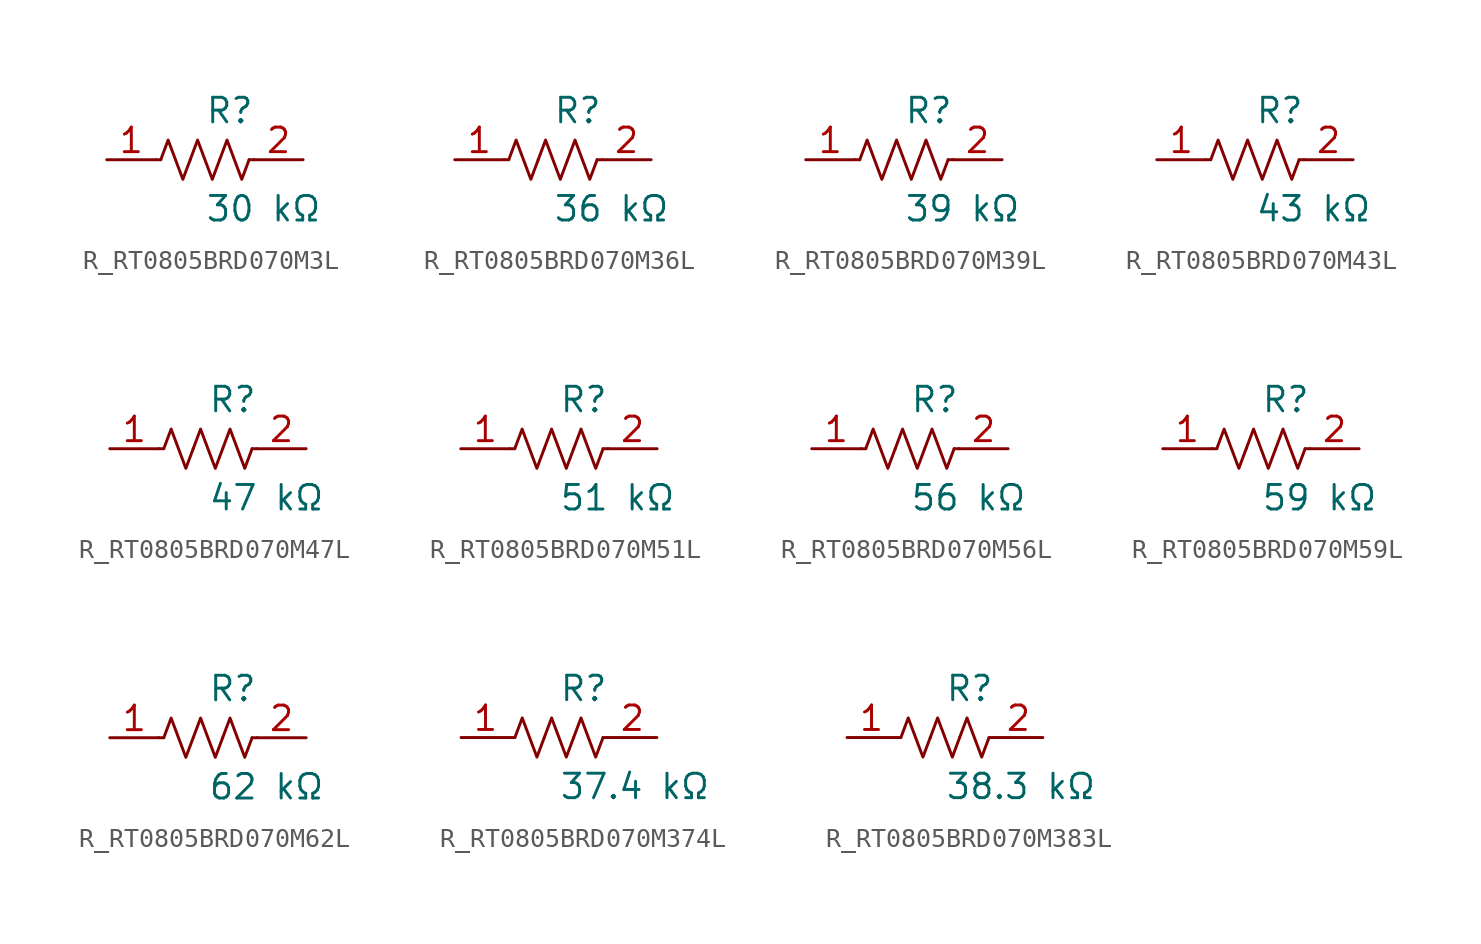
<source format=kicad_sym>
(kicad_symbol_lib
  (version 20231120)
  (generator kicad_symbol_editor)
  (generator_version 8.0)
  (symbol "R_RT0805BRD070M3L"
    (pin_names
      (offset 0.254))
    (property "Reference" "R"
      (at 0.0 2.54 0)
      (effects (font (size 1.27 1.27)) (justify left)))
    (property "Value" "30 kΩ"
      (at 0.0 -2.54 0)
      (effects (font (size 1.27 1.27)) (justify left)))
    (symbol "R_RT0805BRD070M3L_0_1"
      (polyline (pts (xy 2.286 0) (xy 2.54 0)) (stroke (width 0) (type default)) (fill (type none)))
      (polyline (pts (xy -2.286 0) (xy -2.54 0)) (stroke (width 0) (type default)) (fill (type none)))
      (polyline (pts (xy 0.762 0) (xy 1.143 1.016) (xy 1.524 0) (xy 1.905 -1.016) (xy 2.286 0)) (stroke (width 0) (type default)) (fill (type none)))
      (polyline (pts (xy -0.762 0) (xy -0.381 1.016) (xy 0 0) (xy 0.381 -1.016) (xy 0.762 0)) (stroke (width 0) (type default)) (fill (type none)))
      (polyline (pts (xy -2.286 0) (xy -1.905 1.016) (xy -1.524 0) (xy -1.143 -1.016) (xy -0.762 0)) (stroke (width 0) (type default)) (fill (type none))))
    (pin unspecified line
      (at -5.08 0 0)
      (length 2.54)
      (name "" (effects (font (size 1.27 1.27))))
      (number "1" (effects (font (size 1.27 1.27)))))
    (pin unspecified line
      (at 5.08 0 180)
      (length 2.54)
      (name "" (effects (font (size 1.27 1.27))))
      (number "2" (effects (font (size 1.27 1.27))))))
  (symbol "R_RT0805BRD070M36L"
    (pin_names
      (offset 0.254))
    (property "Reference" "R"
      (at 0.0 2.54 0)
      (effects (font (size 1.27 1.27)) (justify left)))
    (property "Value" "36 kΩ"
      (at 0.0 -2.54 0)
      (effects (font (size 1.27 1.27)) (justify left)))
    (symbol "R_RT0805BRD070M36L_0_1"
      (polyline (pts (xy 2.286 0) (xy 2.54 0)) (stroke (width 0) (type default)) (fill (type none)))
      (polyline (pts (xy -2.286 0) (xy -2.54 0)) (stroke (width 0) (type default)) (fill (type none)))
      (polyline (pts (xy 0.762 0) (xy 1.143 1.016) (xy 1.524 0) (xy 1.905 -1.016) (xy 2.286 0)) (stroke (width 0) (type default)) (fill (type none)))
      (polyline (pts (xy -0.762 0) (xy -0.381 1.016) (xy 0 0) (xy 0.381 -1.016) (xy 0.762 0)) (stroke (width 0) (type default)) (fill (type none)))
      (polyline (pts (xy -2.286 0) (xy -1.905 1.016) (xy -1.524 0) (xy -1.143 -1.016) (xy -0.762 0)) (stroke (width 0) (type default)) (fill (type none))))
    (pin unspecified line
      (at -5.08 0 0)
      (length 2.54)
      (name "" (effects (font (size 1.27 1.27))))
      (number "1" (effects (font (size 1.27 1.27)))))
    (pin unspecified line
      (at 5.08 0 180)
      (length 2.54)
      (name "" (effects (font (size 1.27 1.27))))
      (number "2" (effects (font (size 1.27 1.27))))))
  (symbol "R_RT0805BRD070M39L"
    (pin_names
      (offset 0.254))
    (property "Reference" "R"
      (at 0.0 2.54 0)
      (effects (font (size 1.27 1.27)) (justify left)))
    (property "Value" "39 kΩ"
      (at 0.0 -2.54 0)
      (effects (font (size 1.27 1.27)) (justify left)))
    (symbol "R_RT0805BRD070M39L_0_1"
      (polyline (pts (xy 2.286 0) (xy 2.54 0)) (stroke (width 0) (type default)) (fill (type none)))
      (polyline (pts (xy -2.286 0) (xy -2.54 0)) (stroke (width 0) (type default)) (fill (type none)))
      (polyline (pts (xy 0.762 0) (xy 1.143 1.016) (xy 1.524 0) (xy 1.905 -1.016) (xy 2.286 0)) (stroke (width 0) (type default)) (fill (type none)))
      (polyline (pts (xy -0.762 0) (xy -0.381 1.016) (xy 0 0) (xy 0.381 -1.016) (xy 0.762 0)) (stroke (width 0) (type default)) (fill (type none)))
      (polyline (pts (xy -2.286 0) (xy -1.905 1.016) (xy -1.524 0) (xy -1.143 -1.016) (xy -0.762 0)) (stroke (width 0) (type default)) (fill (type none))))
    (pin unspecified line
      (at -5.08 0 0)
      (length 2.54)
      (name "" (effects (font (size 1.27 1.27))))
      (number "1" (effects (font (size 1.27 1.27)))))
    (pin unspecified line
      (at 5.08 0 180)
      (length 2.54)
      (name "" (effects (font (size 1.27 1.27))))
      (number "2" (effects (font (size 1.27 1.27))))))
  (symbol "R_RT0805BRD070M43L"
    (pin_names
      (offset 0.254))
    (property "Reference" "R"
      (at 0.0 2.54 0)
      (effects (font (size 1.27 1.27)) (justify left)))
    (property "Value" "43 kΩ"
      (at 0.0 -2.54 0)
      (effects (font (size 1.27 1.27)) (justify left)))
    (symbol "R_RT0805BRD070M43L_0_1"
      (polyline (pts (xy 2.286 0) (xy 2.54 0)) (stroke (width 0) (type default)) (fill (type none)))
      (polyline (pts (xy -2.286 0) (xy -2.54 0)) (stroke (width 0) (type default)) (fill (type none)))
      (polyline (pts (xy 0.762 0) (xy 1.143 1.016) (xy 1.524 0) (xy 1.905 -1.016) (xy 2.286 0)) (stroke (width 0) (type default)) (fill (type none)))
      (polyline (pts (xy -0.762 0) (xy -0.381 1.016) (xy 0 0) (xy 0.381 -1.016) (xy 0.762 0)) (stroke (width 0) (type default)) (fill (type none)))
      (polyline (pts (xy -2.286 0) (xy -1.905 1.016) (xy -1.524 0) (xy -1.143 -1.016) (xy -0.762 0)) (stroke (width 0) (type default)) (fill (type none))))
    (pin unspecified line
      (at -5.08 0 0)
      (length 2.54)
      (name "" (effects (font (size 1.27 1.27))))
      (number "1" (effects (font (size 1.27 1.27)))))
    (pin unspecified line
      (at 5.08 0 180)
      (length 2.54)
      (name "" (effects (font (size 1.27 1.27))))
      (number "2" (effects (font (size 1.27 1.27))))))
  (symbol "R_RT0805BRD070M47L"
    (pin_names
      (offset 0.254))
    (property "Reference" "R"
      (at 0.0 2.54 0)
      (effects (font (size 1.27 1.27)) (justify left)))
    (property "Value" "47 kΩ"
      (at 0.0 -2.54 0)
      (effects (font (size 1.27 1.27)) (justify left)))
    (symbol "R_RT0805BRD070M47L_0_1"
      (polyline (pts (xy 2.286 0) (xy 2.54 0)) (stroke (width 0) (type default)) (fill (type none)))
      (polyline (pts (xy -2.286 0) (xy -2.54 0)) (stroke (width 0) (type default)) (fill (type none)))
      (polyline (pts (xy 0.762 0) (xy 1.143 1.016) (xy 1.524 0) (xy 1.905 -1.016) (xy 2.286 0)) (stroke (width 0) (type default)) (fill (type none)))
      (polyline (pts (xy -0.762 0) (xy -0.381 1.016) (xy 0 0) (xy 0.381 -1.016) (xy 0.762 0)) (stroke (width 0) (type default)) (fill (type none)))
      (polyline (pts (xy -2.286 0) (xy -1.905 1.016) (xy -1.524 0) (xy -1.143 -1.016) (xy -0.762 0)) (stroke (width 0) (type default)) (fill (type none))))
    (pin unspecified line
      (at -5.08 0 0)
      (length 2.54)
      (name "" (effects (font (size 1.27 1.27))))
      (number "1" (effects (font (size 1.27 1.27)))))
    (pin unspecified line
      (at 5.08 0 180)
      (length 2.54)
      (name "" (effects (font (size 1.27 1.27))))
      (number "2" (effects (font (size 1.27 1.27))))))
  (symbol "R_RT0805BRD070M51L"
    (pin_names
      (offset 0.254))
    (property "Reference" "R"
      (at 0.0 2.54 0)
      (effects (font (size 1.27 1.27)) (justify left)))
    (property "Value" "51 kΩ"
      (at 0.0 -2.54 0)
      (effects (font (size 1.27 1.27)) (justify left)))
    (symbol "R_RT0805BRD070M51L_0_1"
      (polyline (pts (xy 2.286 0) (xy 2.54 0)) (stroke (width 0) (type default)) (fill (type none)))
      (polyline (pts (xy -2.286 0) (xy -2.54 0)) (stroke (width 0) (type default)) (fill (type none)))
      (polyline (pts (xy 0.762 0) (xy 1.143 1.016) (xy 1.524 0) (xy 1.905 -1.016) (xy 2.286 0)) (stroke (width 0) (type default)) (fill (type none)))
      (polyline (pts (xy -0.762 0) (xy -0.381 1.016) (xy 0 0) (xy 0.381 -1.016) (xy 0.762 0)) (stroke (width 0) (type default)) (fill (type none)))
      (polyline (pts (xy -2.286 0) (xy -1.905 1.016) (xy -1.524 0) (xy -1.143 -1.016) (xy -0.762 0)) (stroke (width 0) (type default)) (fill (type none))))
    (pin unspecified line
      (at -5.08 0 0)
      (length 2.54)
      (name "" (effects (font (size 1.27 1.27))))
      (number "1" (effects (font (size 1.27 1.27)))))
    (pin unspecified line
      (at 5.08 0 180)
      (length 2.54)
      (name "" (effects (font (size 1.27 1.27))))
      (number "2" (effects (font (size 1.27 1.27))))))
  (symbol "R_RT0805BRD070M56L"
    (pin_names
      (offset 0.254))
    (property "Reference" "R"
      (at 0.0 2.54 0)
      (effects (font (size 1.27 1.27)) (justify left)))
    (property "Value" "56 kΩ"
      (at 0.0 -2.54 0)
      (effects (font (size 1.27 1.27)) (justify left)))
    (symbol "R_RT0805BRD070M56L_0_1"
      (polyline (pts (xy 2.286 0) (xy 2.54 0)) (stroke (width 0) (type default)) (fill (type none)))
      (polyline (pts (xy -2.286 0) (xy -2.54 0)) (stroke (width 0) (type default)) (fill (type none)))
      (polyline (pts (xy 0.762 0) (xy 1.143 1.016) (xy 1.524 0) (xy 1.905 -1.016) (xy 2.286 0)) (stroke (width 0) (type default)) (fill (type none)))
      (polyline (pts (xy -0.762 0) (xy -0.381 1.016) (xy 0 0) (xy 0.381 -1.016) (xy 0.762 0)) (stroke (width 0) (type default)) (fill (type none)))
      (polyline (pts (xy -2.286 0) (xy -1.905 1.016) (xy -1.524 0) (xy -1.143 -1.016) (xy -0.762 0)) (stroke (width 0) (type default)) (fill (type none))))
    (pin unspecified line
      (at -5.08 0 0)
      (length 2.54)
      (name "" (effects (font (size 1.27 1.27))))
      (number "1" (effects (font (size 1.27 1.27)))))
    (pin unspecified line
      (at 5.08 0 180)
      (length 2.54)
      (name "" (effects (font (size 1.27 1.27))))
      (number "2" (effects (font (size 1.27 1.27))))))
  (symbol "R_RT0805BRD070M59L"
    (pin_names
      (offset 0.254))
    (property "Reference" "R"
      (at 0.0 2.54 0)
      (effects (font (size 1.27 1.27)) (justify left)))
    (property "Value" "59 kΩ"
      (at 0.0 -2.54 0)
      (effects (font (size 1.27 1.27)) (justify left)))
    (symbol "R_RT0805BRD070M59L_0_1"
      (polyline (pts (xy 2.286 0) (xy 2.54 0)) (stroke (width 0) (type default)) (fill (type none)))
      (polyline (pts (xy -2.286 0) (xy -2.54 0)) (stroke (width 0) (type default)) (fill (type none)))
      (polyline (pts (xy 0.762 0) (xy 1.143 1.016) (xy 1.524 0) (xy 1.905 -1.016) (xy 2.286 0)) (stroke (width 0) (type default)) (fill (type none)))
      (polyline (pts (xy -0.762 0) (xy -0.381 1.016) (xy 0 0) (xy 0.381 -1.016) (xy 0.762 0)) (stroke (width 0) (type default)) (fill (type none)))
      (polyline (pts (xy -2.286 0) (xy -1.905 1.016) (xy -1.524 0) (xy -1.143 -1.016) (xy -0.762 0)) (stroke (width 0) (type default)) (fill (type none))))
    (pin unspecified line
      (at -5.08 0 0)
      (length 2.54)
      (name "" (effects (font (size 1.27 1.27))))
      (number "1" (effects (font (size 1.27 1.27)))))
    (pin unspecified line
      (at 5.08 0 180)
      (length 2.54)
      (name "" (effects (font (size 1.27 1.27))))
      (number "2" (effects (font (size 1.27 1.27))))))
  (symbol "R_RT0805BRD070M62L"
    (pin_names
      (offset 0.254))
    (property "Reference" "R"
      (at 0.0 2.54 0)
      (effects (font (size 1.27 1.27)) (justify left)))
    (property "Value" "62 kΩ"
      (at 0.0 -2.54 0)
      (effects (font (size 1.27 1.27)) (justify left)))
    (symbol "R_RT0805BRD070M62L_0_1"
      (polyline (pts (xy 2.286 0) (xy 2.54 0)) (stroke (width 0) (type default)) (fill (type none)))
      (polyline (pts (xy -2.286 0) (xy -2.54 0)) (stroke (width 0) (type default)) (fill (type none)))
      (polyline (pts (xy 0.762 0) (xy 1.143 1.016) (xy 1.524 0) (xy 1.905 -1.016) (xy 2.286 0)) (stroke (width 0) (type default)) (fill (type none)))
      (polyline (pts (xy -0.762 0) (xy -0.381 1.016) (xy 0 0) (xy 0.381 -1.016) (xy 0.762 0)) (stroke (width 0) (type default)) (fill (type none)))
      (polyline (pts (xy -2.286 0) (xy -1.905 1.016) (xy -1.524 0) (xy -1.143 -1.016) (xy -0.762 0)) (stroke (width 0) (type default)) (fill (type none))))
    (pin unspecified line
      (at -5.08 0 0)
      (length 2.54)
      (name "" (effects (font (size 1.27 1.27))))
      (number "1" (effects (font (size 1.27 1.27)))))
    (pin unspecified line
      (at 5.08 0 180)
      (length 2.54)
      (name "" (effects (font (size 1.27 1.27))))
      (number "2" (effects (font (size 1.27 1.27))))))
  (symbol "R_RT0805BRD070M374L"
    (pin_names
      (offset 0.254))
    (property "Reference" "R"
      (at 0.0 2.54 0)
      (effects (font (size 1.27 1.27)) (justify left)))
    (property "Value" "37.4 kΩ"
      (at 0.0 -2.54 0)
      (effects (font (size 1.27 1.27)) (justify left)))
    (symbol "R_RT0805BRD070M374L_0_1"
      (polyline (pts (xy 2.286 0) (xy 2.54 0)) (stroke (width 0) (type default)) (fill (type none)))
      (polyline (pts (xy -2.286 0) (xy -2.54 0)) (stroke (width 0) (type default)) (fill (type none)))
      (polyline (pts (xy 0.762 0) (xy 1.143 1.016) (xy 1.524 0) (xy 1.905 -1.016) (xy 2.286 0)) (stroke (width 0) (type default)) (fill (type none)))
      (polyline (pts (xy -0.762 0) (xy -0.381 1.016) (xy 0 0) (xy 0.381 -1.016) (xy 0.762 0)) (stroke (width 0) (type default)) (fill (type none)))
      (polyline (pts (xy -2.286 0) (xy -1.905 1.016) (xy -1.524 0) (xy -1.143 -1.016) (xy -0.762 0)) (stroke (width 0) (type default)) (fill (type none))))
    (pin unspecified line
      (at -5.08 0 0)
      (length 2.54)
      (name "" (effects (font (size 1.27 1.27))))
      (number "1" (effects (font (size 1.27 1.27)))))
    (pin unspecified line
      (at 5.08 0 180)
      (length 2.54)
      (name "" (effects (font (size 1.27 1.27))))
      (number "2" (effects (font (size 1.27 1.27))))))
  (symbol "R_RT0805BRD070M383L"
    (pin_names
      (offset 0.254))
    (property "Reference" "R"
      (at 0.0 2.54 0)
      (effects (font (size 1.27 1.27)) (justify left)))
    (property "Value" "38.3 kΩ"
      (at 0.0 -2.54 0)
      (effects (font (size 1.27 1.27)) (justify left)))
    (symbol "R_RT0805BRD070M383L_0_1"
      (polyline (pts (xy 2.286 0) (xy 2.54 0)) (stroke (width 0) (type default)) (fill (type none)))
      (polyline (pts (xy -2.286 0) (xy -2.54 0)) (stroke (width 0) (type default)) (fill (type none)))
      (polyline (pts (xy 0.762 0) (xy 1.143 1.016) (xy 1.524 0) (xy 1.905 -1.016) (xy 2.286 0)) (stroke (width 0) (type default)) (fill (type none)))
      (polyline (pts (xy -0.762 0) (xy -0.381 1.016) (xy 0 0) (xy 0.381 -1.016) (xy 0.762 0)) (stroke (width 0) (type default)) (fill (type none)))
      (polyline (pts (xy -2.286 0) (xy -1.905 1.016) (xy -1.524 0) (xy -1.143 -1.016) (xy -0.762 0)) (stroke (width 0) (type default)) (fill (type none))))
    (pin unspecified line
      (at -5.08 0 0)
      (length 2.54)
      (name "" (effects (font (size 1.27 1.27))))
      (number "1" (effects (font (size 1.27 1.27)))))
    (pin unspecified line
      (at 5.08 0 180)
      (length 2.54)
      (name "" (effects (font (size 1.27 1.27))))
      (number "2" (effects (font (size 1.27 1.27)))))))
</source>
